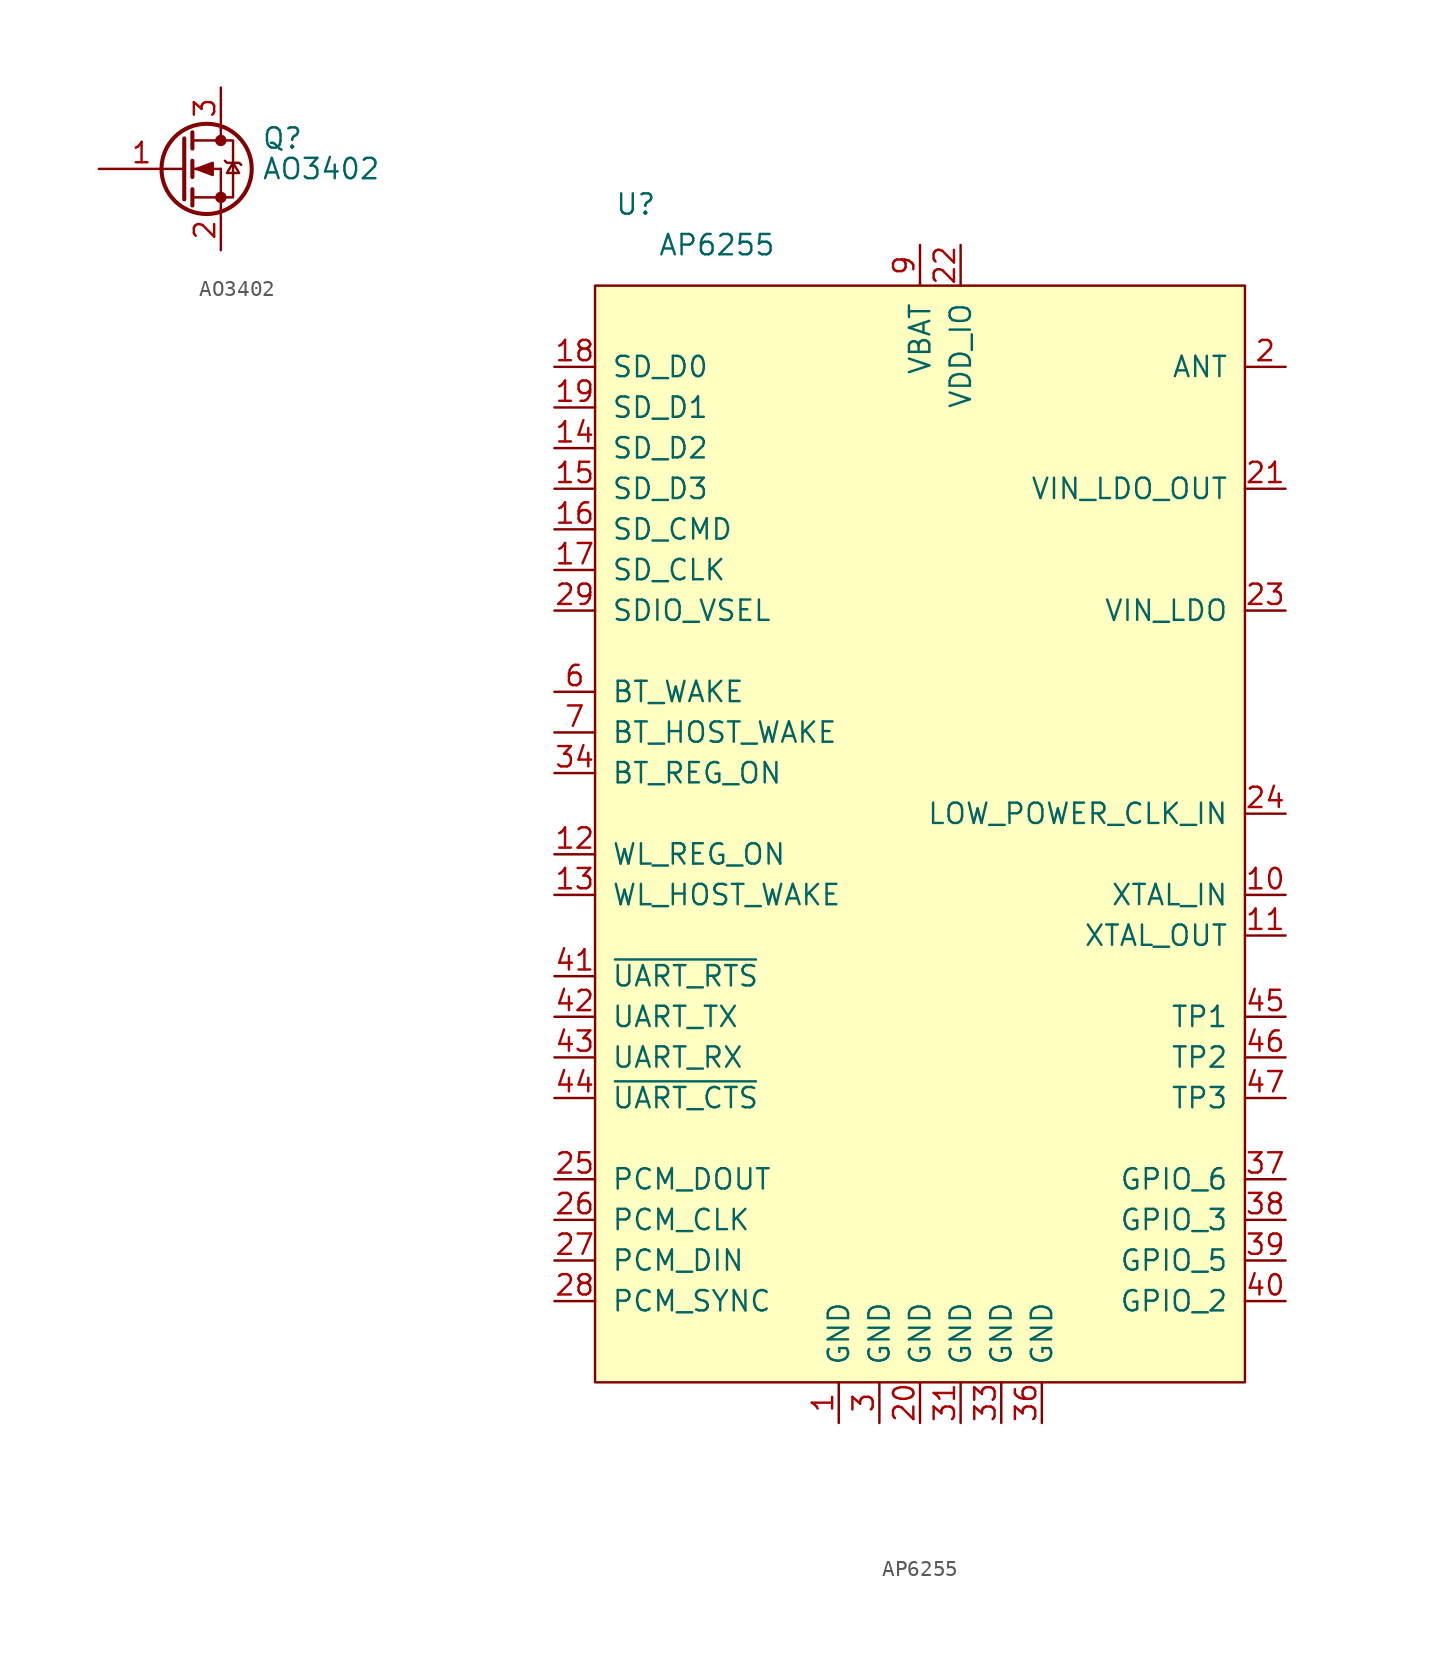
<source format=kicad_sym>
(kicad_symbol_lib
  (version 20211014)
  (generator kicad_symbol_editor)
  (symbol "AO3402"
    (pin_names
      (offset 0) hide)
    (property "Reference" "Q"
      (at 5.08 1.905 0)
      (effects (font (size 1.27 1.27)) (justify left)))
    (property "Value" "AO3402"
      (at 5.08 0 0)
      (effects (font (size 1.27 1.27)) (justify left)))
    (symbol "AO3402_0_1"
      (polyline (pts (xy 0.762 -1.778) (xy 2.54 -1.778)) (stroke (width 0) (type default) (color 0 0 0 0)) (fill (type none)))
      (polyline (pts (xy 0.762 -1.27) (xy 0.762 -2.286)) (stroke (width 0.254) (type default) (color 0 0 0 0)) (fill (type none)))
      (polyline (pts (xy 0.762 0) (xy 2.54 0)) (stroke (width 0) (type default) (color 0 0 0 0)) (fill (type none)))
      (polyline (pts (xy 0.762 0.508) (xy 0.762 -0.508)) (stroke (width 0.254) (type default) (color 0 0 0 0)) (fill (type none)))
      (polyline (pts (xy 0.762 1.778) (xy 2.54 1.778)) (stroke (width 0) (type default) (color 0 0 0 0)) (fill (type none)))
      (polyline (pts (xy 0.762 2.286) (xy 0.762 1.27)) (stroke (width 0.254) (type default) (color 0 0 0 0)) (fill (type none)))
      (polyline (pts (xy 2.54 -1.778) (xy 2.54 -2.54)) (stroke (width 0) (type default) (color 0 0 0 0)) (fill (type none)))
      (polyline (pts (xy 2.54 -1.778) (xy 2.54 0)) (stroke (width 0) (type default) (color 0 0 0 0)) (fill (type none)))
      (polyline (pts (xy 2.54 2.54) (xy 2.54 1.778)) (stroke (width 0) (type default) (color 0 0 0 0)) (fill (type none)))
      (polyline (pts (xy 0.254 1.905) (xy 0.254 -1.905) (xy 0.254 -1.905)) (stroke (width 0.254) (type default) (color 0 0 0 0)) (fill (type none)))
      (polyline (pts (xy 1.016 0) (xy 2.032 0.381) (xy 2.032 -0.381) (xy 1.016 0)) (stroke (width 0) (type default) (color 0 0 0 0)) (fill (type outline)))
      (polyline (pts (xy 2.54 -1.778) (xy 3.302 -1.778) (xy 3.302 1.778) (xy 2.54 1.778)) (stroke (width 0) (type default) (color 0 0 0 0)) (fill (type none)))
      (polyline (pts (xy 2.794 0.508) (xy 2.921 0.381) (xy 3.683 0.381) (xy 3.81 0.254)) (stroke (width 0) (type default) (color 0 0 0 0)) (fill (type none)))
      (polyline (pts (xy 3.302 0.381) (xy 2.921 -0.254) (xy 3.683 -0.254) (xy 3.302 0.381)) (stroke (width 0) (type default) (color 0 0 0 0)) (fill (type none)))
      (circle (center 1.651 0) (radius 2.819) (stroke (width 0.254) (type default) (color 0 0 0 0)) (fill (type none)))
      (circle (center 2.54 -1.778) (radius 0.279) (stroke (width 0) (type default) (color 0 0 0 0)) (fill (type outline)))
      (circle (center 2.54 1.778) (radius 0.279) (stroke (width 0) (type default) (color 0 0 0 0)) (fill (type outline))))
    (symbol "AO3402_1_1"
      (pin input line (at -5.08 0 0) (length 5.334) (name "G" (effects (font (size 1.27 1.27)))) (number "1" (effects (font (size 1.27 1.27)))))
      (pin passive line (at 2.54 -5.08 90) (length 2.54) (name "S" (effects (font (size 1.27 1.27)))) (number "2" (effects (font (size 1.27 1.27)))))
      (pin passive line (at 2.54 5.08 270) (length 2.54) (name "D" (effects (font (size 1.27 1.27)))) (number "3" (effects (font (size 1.27 1.27)))))))
  (symbol "AP6255"
    (pin_names
      (offset 1.016))
    (property "Reference" "U"
      (at 2.54 5.08 0)
      (effects (font (size 1.27 1.27))))
    (property "Value" "AP6255"
      (at 7.62 2.54 0)
      (effects (font (size 1.27 1.27))))
    (symbol "AP6255_0_1"
      (rectangle (start 0 0) (end 40.64 -68.58) (stroke (width 0) (type default) (color 0 0 0 0)) (fill (type background))))
    (symbol "AP6255_1_1"
      (pin power_in line (at 15.24 -71.12 90) (length 2.54) (name "GND" (effects (font (size 1.27 1.27)))) (number "1" (effects (font (size 1.27 1.27)))))
      (pin input line (at 43.18 -38.1 180) (length 2.54) (name "XTAL_IN" (effects (font (size 1.27 1.27)))) (number "10" (effects (font (size 1.27 1.27)))))
      (pin output line (at 43.18 -40.64 180) (length 2.54) (name "XTAL_OUT" (effects (font (size 1.27 1.27)))) (number "11" (effects (font (size 1.27 1.27)))))
      (pin input line (at -2.54 -35.56 0) (length 2.54) (name "WL_REG_ON" (effects (font (size 1.27 1.27)))) (number "12" (effects (font (size 1.27 1.27)))))
      (pin output line (at -2.54 -38.1 0) (length 2.54) (name "WL_HOST_WAKE" (effects (font (size 1.27 1.27)))) (number "13" (effects (font (size 1.27 1.27)))))
      (pin bidirectional line (at -2.54 -10.16 0) (length 2.54) (name "SD_D2" (effects (font (size 1.27 1.27)))) (number "14" (effects (font (size 1.27 1.27)))))
      (pin bidirectional line (at -2.54 -12.7 0) (length 2.54) (name "SD_D3" (effects (font (size 1.27 1.27)))) (number "15" (effects (font (size 1.27 1.27)))))
      (pin bidirectional line (at -2.54 -15.24 0) (length 2.54) (name "SD_CMD" (effects (font (size 1.27 1.27)))) (number "16" (effects (font (size 1.27 1.27)))))
      (pin bidirectional line (at -2.54 -17.78 0) (length 2.54) (name "SD_CLK" (effects (font (size 1.27 1.27)))) (number "17" (effects (font (size 1.27 1.27)))))
      (pin bidirectional line (at -2.54 -5.08 0) (length 2.54) (name "SD_D0" (effects (font (size 1.27 1.27)))) (number "18" (effects (font (size 1.27 1.27)))))
      (pin bidirectional line (at -2.54 -7.62 0) (length 2.54) (name "SD_D1" (effects (font (size 1.27 1.27)))) (number "19" (effects (font (size 1.27 1.27)))))
      (pin passive line (at 43.18 -5.08 180) (length 2.54) (name "ANT" (effects (font (size 1.27 1.27)))) (number "2" (effects (font (size 1.27 1.27)))))
      (pin power_in line (at 20.32 -71.12 90) (length 2.54) (name "GND" (effects (font (size 1.27 1.27)))) (number "20" (effects (font (size 1.27 1.27)))))
      (pin passive line (at 43.18 -12.7 180) (length 2.54) (name "VIN_LDO_OUT" (effects (font (size 1.27 1.27)))) (number "21" (effects (font (size 1.27 1.27)))))
      (pin power_in line (at 22.86 2.54 270) (length 2.54) (name "VDD_IO" (effects (font (size 1.27 1.27)))) (number "22" (effects (font (size 1.27 1.27)))))
      (pin passive line (at 43.18 -20.32 180) (length 2.54) (name "VIN_LDO" (effects (font (size 1.27 1.27)))) (number "23" (effects (font (size 1.27 1.27)))))
      (pin input line (at 43.18 -33.02 180) (length 2.54) (name "LOW_POWER_CLK_IN" (effects (font (size 1.27 1.27)))) (number "24" (effects (font (size 1.27 1.27)))))
      (pin output line (at -2.54 -55.88 0) (length 2.54) (name "PCM_DOUT" (effects (font (size 1.27 1.27)))) (number "25" (effects (font (size 1.27 1.27)))))
      (pin bidirectional line (at -2.54 -58.42 0) (length 2.54) (name "PCM_CLK" (effects (font (size 1.27 1.27)))) (number "26" (effects (font (size 1.27 1.27)))))
      (pin input line (at -2.54 -60.96 0) (length 2.54) (name "PCM_DIN" (effects (font (size 1.27 1.27)))) (number "27" (effects (font (size 1.27 1.27)))))
      (pin bidirectional line (at -2.54 -63.5 0) (length 2.54) (name "PCM_SYNC" (effects (font (size 1.27 1.27)))) (number "28" (effects (font (size 1.27 1.27)))))
      (pin bidirectional line (at -2.54 -20.32 0) (length 2.54) (name "SDIO_VSEL" (effects (font (size 1.27 1.27)))) (number "29" (effects (font (size 1.27 1.27)))))
      (pin power_in line (at 17.78 -71.12 90) (length 2.54) (name "GND" (effects (font (size 1.27 1.27)))) (number "3" (effects (font (size 1.27 1.27)))))
      (pin no_connect line (at 10.16 2.54 270) (length 2.54) hide (name "NC" (effects (font (size 1.27 1.27)))) (number "30" (effects (font (size 1.27 1.27)))))
      (pin power_in line (at 22.86 -71.12 90) (length 2.54) (name "GND" (effects (font (size 1.27 1.27)))) (number "31" (effects (font (size 1.27 1.27)))))
      (pin no_connect line (at 12.7 2.54 270) (length 2.54) hide (name "NC" (effects (font (size 1.27 1.27)))) (number "32" (effects (font (size 1.27 1.27)))))
      (pin power_in line (at 25.4 -71.12 90) (length 2.54) (name "GND" (effects (font (size 1.27 1.27)))) (number "33" (effects (font (size 1.27 1.27)))))
      (pin input line (at -2.54 -30.48 0) (length 2.54) (name "BT_REG_ON" (effects (font (size 1.27 1.27)))) (number "34" (effects (font (size 1.27 1.27)))))
      (pin no_connect line (at 15.24 2.54 270) (length 2.54) hide (name "NC" (effects (font (size 1.27 1.27)))) (number "35" (effects (font (size 1.27 1.27)))))
      (pin power_in line (at 27.94 -71.12 90) (length 2.54) (name "GND" (effects (font (size 1.27 1.27)))) (number "36" (effects (font (size 1.27 1.27)))))
      (pin bidirectional line (at 43.18 -55.88 180) (length 2.54) (name "GPIO_6" (effects (font (size 1.27 1.27)))) (number "37" (effects (font (size 1.27 1.27)))))
      (pin bidirectional line (at 43.18 -58.42 180) (length 2.54) (name "GPIO_3" (effects (font (size 1.27 1.27)))) (number "38" (effects (font (size 1.27 1.27)))))
      (pin bidirectional line (at 43.18 -60.96 180) (length 2.54) (name "GPIO_5" (effects (font (size 1.27 1.27)))) (number "39" (effects (font (size 1.27 1.27)))))
      (pin no_connect line (at 2.54 2.54 270) (length 2.54) hide (name "NC" (effects (font (size 1.27 1.27)))) (number "4" (effects (font (size 1.27 1.27)))))
      (pin bidirectional line (at 43.18 -63.5 180) (length 2.54) (name "GPIO_2" (effects (font (size 1.27 1.27)))) (number "40" (effects (font (size 1.27 1.27)))))
      (pin output line (at -2.54 -43.18 0) (length 2.54) (name "~{UART_RTS}" (effects (font (size 1.27 1.27)))) (number "41" (effects (font (size 1.27 1.27)))))
      (pin output line (at -2.54 -45.72 0) (length 2.54) (name "UART_TX" (effects (font (size 1.27 1.27)))) (number "42" (effects (font (size 1.27 1.27)))))
      (pin input line (at -2.54 -48.26 0) (length 2.54) (name "UART_RX" (effects (font (size 1.27 1.27)))) (number "43" (effects (font (size 1.27 1.27)))))
      (pin input line (at -2.54 -50.8 0) (length 2.54) (name "~{UART_CTS}" (effects (font (size 1.27 1.27)))) (number "44" (effects (font (size 1.27 1.27)))))
      (pin passive line (at 43.18 -45.72 180) (length 2.54) (name "TP1" (effects (font (size 1.27 1.27)))) (number "45" (effects (font (size 1.27 1.27)))))
      (pin passive line (at 43.18 -48.26 180) (length 2.54) (name "TP2" (effects (font (size 1.27 1.27)))) (number "46" (effects (font (size 1.27 1.27)))))
      (pin passive line (at 43.18 -50.8 180) (length 2.54) (name "TP3" (effects (font (size 1.27 1.27)))) (number "47" (effects (font (size 1.27 1.27)))))
      (pin no_connect line (at 5.08 2.54 270) (length 2.54) hide (name "NC" (effects (font (size 1.27 1.27)))) (number "5" (effects (font (size 1.27 1.27)))))
      (pin input line (at -2.54 -25.4 0) (length 2.54) (name "BT_WAKE" (effects (font (size 1.27 1.27)))) (number "6" (effects (font (size 1.27 1.27)))))
      (pin output line (at -2.54 -27.94 0) (length 2.54) (name "BT_HOST_WAKE" (effects (font (size 1.27 1.27)))) (number "7" (effects (font (size 1.27 1.27)))))
      (pin no_connect line (at 7.62 2.54 270) (length 2.54) hide (name "NC" (effects (font (size 1.27 1.27)))) (number "8" (effects (font (size 1.27 1.27)))))
      (pin power_in line (at 20.32 2.54 270) (length 2.54) (name "VBAT" (effects (font (size 1.27 1.27)))) (number "9" (effects (font (size 1.27 1.27))))))))
</source>
